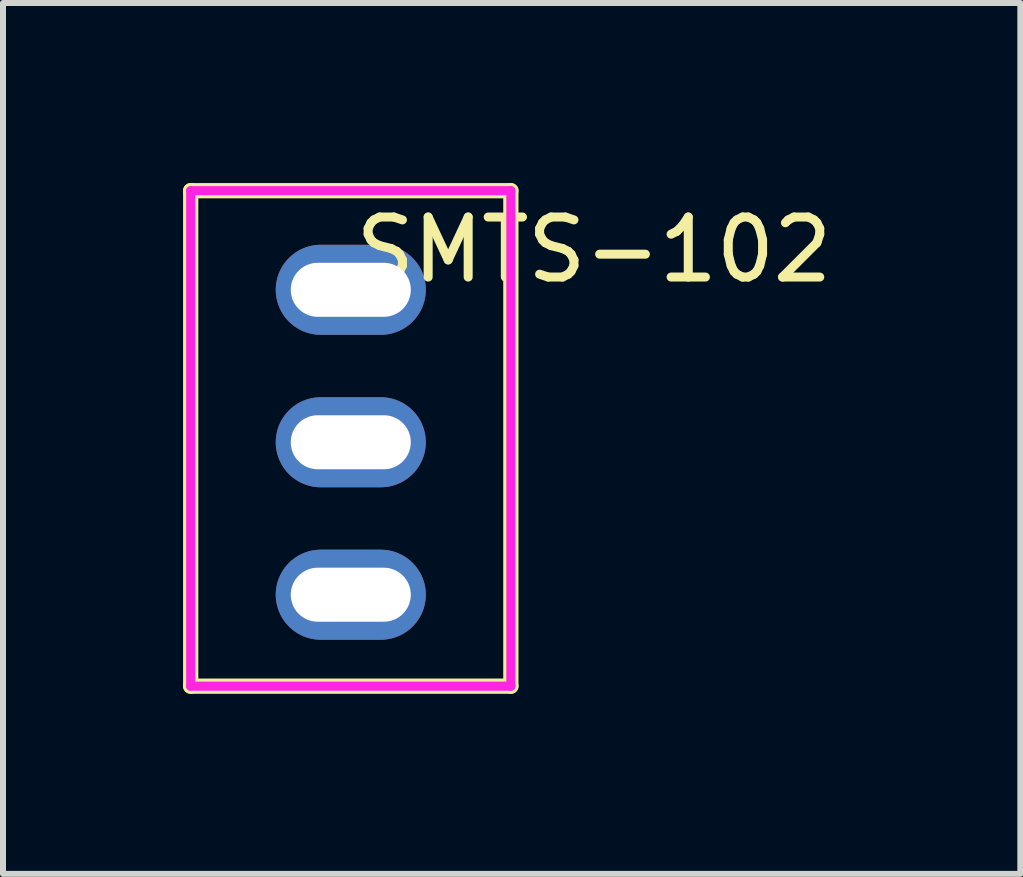
<source format=kicad_pcb>
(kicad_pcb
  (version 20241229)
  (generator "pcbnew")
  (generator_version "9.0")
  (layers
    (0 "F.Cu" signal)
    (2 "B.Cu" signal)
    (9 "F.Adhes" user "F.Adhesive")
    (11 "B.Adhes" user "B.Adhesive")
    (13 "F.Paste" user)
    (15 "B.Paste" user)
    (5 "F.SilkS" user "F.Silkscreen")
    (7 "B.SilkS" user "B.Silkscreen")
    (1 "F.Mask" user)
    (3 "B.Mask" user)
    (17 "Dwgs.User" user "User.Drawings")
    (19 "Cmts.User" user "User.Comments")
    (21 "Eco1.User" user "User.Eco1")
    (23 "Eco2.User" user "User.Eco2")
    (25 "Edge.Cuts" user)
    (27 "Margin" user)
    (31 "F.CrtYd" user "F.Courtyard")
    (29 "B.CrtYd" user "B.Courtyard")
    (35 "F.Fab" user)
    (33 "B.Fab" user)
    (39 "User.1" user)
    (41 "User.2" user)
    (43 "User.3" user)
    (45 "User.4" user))
  (footprint "SMTS-102"
    (layer "F.Cu")
    (at 2.794 4.318)
    (property "Reference" "SMTS-102" (at 0 -3.207 0) (layer "F.SilkS") (effects (font (size 1 1) (thickness 0.15)) (justify left)))
    (attr through_hole)
    (fp_line (start -2.667 -4.191) (end 2.667 -4.191) (stroke (width 0.254) (type solid)) (layer "F.SilkS"))
    (fp_line (start -2.667 4.064) (end -2.667 -4.191) (stroke (width 0.254) (type solid)) (layer "F.SilkS"))
    (fp_line (start 2.667 -4.191) (end 2.667 4.064) (stroke (width 0.254) (type solid)) (layer "F.SilkS"))
    (fp_line (start 2.667 4.064) (end -2.667 4.064) (stroke (width 0.254) (type solid)) (layer "F.SilkS"))
    (fp_line (start -2.667 -4.191) (end 2.667 -4.191) (stroke (width 0.152) (type solid)) (layer "F.CrtYd"))
    (fp_line (start -2.667 4.064) (end -2.667 -4.191) (stroke (width 0.152) (type solid)) (layer "F.CrtYd"))
    (fp_line (start 2.667 -4.191) (end 2.667 4.064) (stroke (width 0.152) (type solid)) (layer "F.CrtYd"))
    (fp_line (start 2.667 4.064) (end -2.667 4.064) (stroke (width 0.152) (type solid)) (layer "F.CrtYd"))
    (pad "1" thru_hole oval (at 0 -2.54 180) (size 2.5 1.5) (drill oval 2 0.9) (layers "*.Cu" "*.Mask"))
    (pad "2" thru_hole oval (at 0 0 180) (size 2.5 1.5) (drill oval 2 0.9) (layers "*.Cu" "*.Mask"))
    (pad "3" thru_hole oval (at 0 2.54 180) (size 2.5 1.5) (drill oval 2 0.9) (layers "*.Cu" "*.Mask")))
  (gr_rect
    (start -3 -3)
    (end 13.949 11.509)
    (stroke (width 0.1) (type default))
    (fill no)
    (layer "Edge.Cuts")))
</source>
